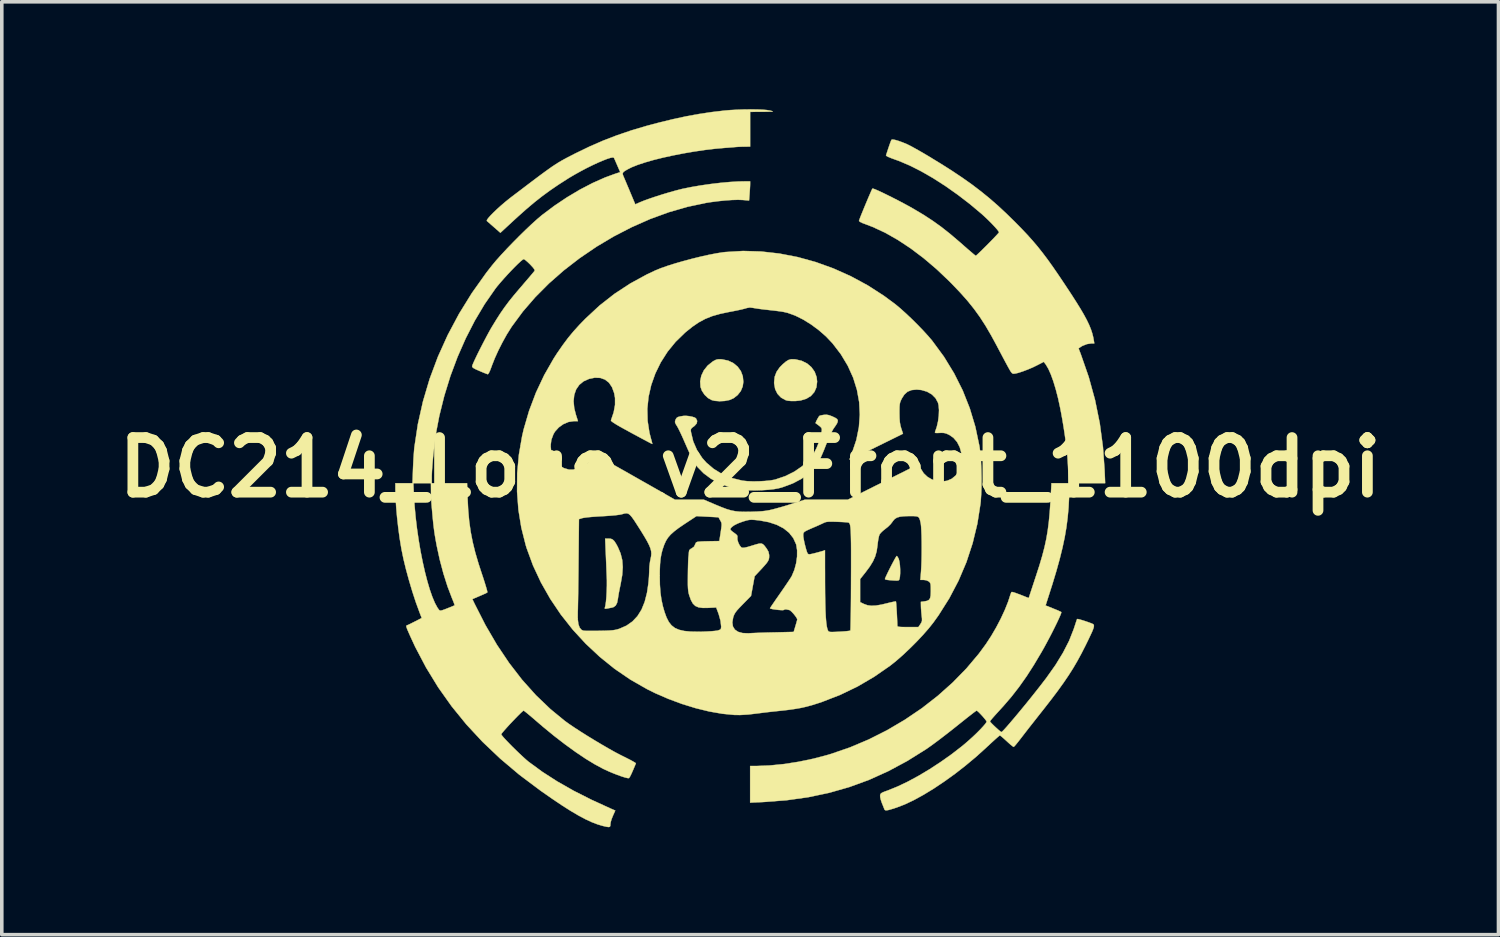
<source format=kicad_pcb>
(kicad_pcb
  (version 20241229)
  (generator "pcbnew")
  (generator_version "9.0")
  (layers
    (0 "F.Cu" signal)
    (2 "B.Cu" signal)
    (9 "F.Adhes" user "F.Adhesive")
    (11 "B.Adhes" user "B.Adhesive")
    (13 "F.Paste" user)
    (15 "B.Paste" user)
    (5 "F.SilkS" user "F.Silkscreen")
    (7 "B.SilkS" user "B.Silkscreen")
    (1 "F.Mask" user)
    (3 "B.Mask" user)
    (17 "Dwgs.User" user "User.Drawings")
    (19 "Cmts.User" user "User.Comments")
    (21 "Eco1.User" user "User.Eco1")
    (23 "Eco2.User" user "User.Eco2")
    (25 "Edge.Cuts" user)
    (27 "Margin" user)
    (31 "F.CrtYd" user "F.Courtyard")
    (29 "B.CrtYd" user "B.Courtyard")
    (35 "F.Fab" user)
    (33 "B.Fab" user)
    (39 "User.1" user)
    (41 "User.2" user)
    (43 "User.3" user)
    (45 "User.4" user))
  (footprint "DC214_Logo_v2_Front_1100dpi"
    (layer "F.Cu")
    (at 17.896 10.003)
    (property "Reference" "DC214_Logo_v2_Front_1100dpi" (at 0 0 0) (layer "F.SilkS") (effects (font (size 1.524 1.524) (thickness 0.3))))
    (attr through_hole)
    (fp_poly (pts (xy -0.817 -3.021) (xy -0.787 -3.019) (xy -0.616 -2.984) (xy -0.468 -2.914) (xy -0.348 -2.814) (xy -0.259 -2.69) (xy -0.205 -2.547) (xy -0.19 -2.39) (xy -0.208 -2.262) (xy -0.261 -2.134) (xy -0.35 -2.021) (xy -0.465 -1.932) (xy -0.576 -1.884) (xy -0.711 -1.857) (xy -0.856 -1.85) (xy -0.992 -1.861) (xy -1.074 -1.882) (xy -1.178 -1.94) (xy -1.273 -2.031) (xy -1.346 -2.141) (xy -1.385 -2.248) (xy -1.395 -2.407) (xy -1.363 -2.563) (xy -1.292 -2.712) (xy -1.186 -2.845) (xy -1.048 -2.956) (xy -1.022 -2.972) (xy -0.954 -3.007) (xy -0.893 -3.022) (xy -0.817 -3.021)) (stroke (width 0.01) (type solid)) (fill yes) (layer "F.SilkS"))
    (fp_poly (pts (xy 1.272 -3.017) (xy 1.442 -2.977) (xy 1.591 -2.903) (xy 1.712 -2.799) (xy 1.803 -2.67) (xy 1.856 -2.523) (xy 1.87 -2.397) (xy 1.851 -2.239) (xy 1.793 -2.106) (xy 1.699 -1.999) (xy 1.571 -1.92) (xy 1.411 -1.871) (xy 1.261 -1.855) (xy 1.15 -1.855) (xy 1.055 -1.864) (xy 0.998 -1.877) (xy 0.865 -1.95) (xy 0.764 -2.055) (xy 0.699 -2.187) (xy 0.671 -2.343) (xy 0.67 -2.38) (xy 0.686 -2.533) (xy 0.738 -2.67) (xy 0.828 -2.798) (xy 0.91 -2.881) (xy 0.998 -2.956) (xy 1.07 -3.001) (xy 1.141 -3.021) (xy 1.224 -3.022) (xy 1.272 -3.017)) (stroke (width 0.01) (type solid)) (fill yes) (layer "F.SilkS"))
    (fp_poly (pts (xy 4.114 2.49) (xy 4.141 2.538) (xy 4.15 2.557) (xy 4.168 2.627) (xy 4.182 2.728) (xy 4.189 2.842) (xy 4.189 2.956) (xy 4.182 3.053) (xy 4.173 3.1) (xy 4.165 3.128) (xy 4.154 3.146) (xy 4.132 3.156) (xy 4.09 3.159) (xy 4.02 3.156) (xy 3.914 3.148) (xy 3.885 3.146) (xy 3.817 3.138) (xy 3.773 3.125) (xy 3.764 3.116) (xy 3.774 3.086) (xy 3.801 3.025) (xy 3.84 2.943) (xy 3.887 2.847) (xy 3.938 2.747) (xy 3.988 2.651) (xy 4.033 2.567) (xy 4.069 2.505) (xy 4.09 2.473) (xy 4.094 2.471) (xy 4.114 2.49)) (stroke (width 0.01) (type solid)) (fill yes) (layer "F.SilkS"))
    (fp_poly (pts (xy -3.888 1.991) (xy -3.838 2.013) (xy -3.793 2.056) (xy -3.744 2.13) (xy -3.694 2.222) (xy -3.618 2.4) (xy -3.572 2.584) (xy -3.557 2.782) (xy -3.572 3.002) (xy -3.615 3.25) (xy -3.641 3.373) (xy -3.665 3.496) (xy -3.683 3.602) (xy -3.692 3.664) (xy -3.715 3.779) (xy -3.755 3.856) (xy -3.816 3.9) (xy -3.859 3.913) (xy -3.933 3.927) (xy -3.998 3.94) (xy -4.047 3.945) (xy -4.061 3.934) (xy -4.057 3.919) (xy -4.04 3.85) (xy -4.025 3.744) (xy -4.013 3.612) (xy -4.005 3.462) (xy -4 3.304) (xy -4 3.148) (xy -4.003 3.06) (xy -4.01 2.901) (xy -4.017 2.717) (xy -4.025 2.531) (xy -4.032 2.364) (xy -4.033 2.349) (xy -4.048 1.986) (xy -3.95 1.986) (xy -3.888 1.991)) (stroke (width 0.01) (type solid)) (fill yes) (layer "F.SilkS"))
    (fp_poly (pts (xy 2.202 -1.46) (xy 2.288 -1.428) (xy 2.306 -1.42) (xy 2.384 -1.382) (xy 2.427 -1.352) (xy 2.445 -1.321) (xy 2.448 -1.299) (xy 2.433 -1.244) (xy 2.397 -1.183) (xy 2.389 -1.172) (xy 2.321 -1.074) (xy 2.246 -0.934) (xy 2.165 -0.75) (xy 2.1 -0.585) (xy 2.054 -0.468) (xy 2.004 -0.351) (xy 1.958 -0.249) (xy 1.932 -0.197) (xy 1.804 -0.005) (xy 1.636 0.167) (xy 1.432 0.318) (xy 1.193 0.444) (xy 0.923 0.545) (xy 0.797 0.581) (xy 0.674 0.604) (xy 0.518 0.622) (xy 0.342 0.634) (xy 0.159 0.64) (xy -0.019 0.639) (xy -0.178 0.631) (xy -0.306 0.616) (xy -0.316 0.614) (xy -0.598 0.543) (xy -0.859 0.442) (xy -1.095 0.314) (xy -1.299 0.162) (xy -1.468 -0.011) (xy -1.549 -0.121) (xy -1.586 -0.186) (xy -1.636 -0.285) (xy -1.694 -0.406) (xy -1.754 -0.539) (xy -1.8 -0.644) (xy -1.858 -0.777) (xy -1.915 -0.904) (xy -1.967 -1.014) (xy -2.009 -1.098) (xy -2.033 -1.141) (xy -2.076 -1.211) (xy -2.096 -1.256) (xy -2.096 -1.293) (xy -2.08 -1.337) (xy -2.075 -1.349) (xy -2.052 -1.384) (xy -2.016 -1.408) (xy -1.954 -1.425) (xy -1.864 -1.44) (xy -1.79 -1.442) (xy -1.702 -1.433) (xy -1.616 -1.416) (xy -1.547 -1.394) (xy -1.512 -1.37) (xy -1.479 -1.299) (xy -1.492 -1.23) (xy -1.551 -1.162) (xy -1.572 -1.146) (xy -1.628 -1.104) (xy -1.653 -1.07) (xy -1.657 -1.027) (xy -1.651 -0.985) (xy -1.589 -0.726) (xy -1.484 -0.486) (xy -1.339 -0.266) (xy -1.224 -0.136) (xy -1.016 0.041) (xy -0.779 0.186) (xy -0.516 0.294) (xy -0.231 0.365) (xy -0.202 0.37) (xy -0.077 0.383) (xy 0.075 0.389) (xy 0.24 0.387) (xy 0.405 0.378) (xy 0.555 0.364) (xy 0.677 0.343) (xy 0.704 0.336) (xy 0.982 0.242) (xy 1.233 0.117) (xy 1.454 -0.035) (xy 1.64 -0.213) (xy 1.788 -0.414) (xy 1.852 -0.537) (xy 1.912 -0.685) (xy 1.961 -0.839) (xy 1.993 -0.978) (xy 1.996 -0.995) (xy 2.002 -1.046) (xy 2 -1.082) (xy 1.983 -1.114) (xy 1.945 -1.15) (xy 1.88 -1.2) (xy 1.828 -1.237) (xy 1.833 -1.259) (xy 1.853 -1.305) (xy 1.883 -1.361) (xy 1.912 -1.411) (xy 1.935 -1.44) (xy 1.937 -1.442) (xy 1.972 -1.453) (xy 2.034 -1.465) (xy 2.062 -1.469) (xy 2.132 -1.473) (xy 2.202 -1.46)) (stroke (width 0.01) (type solid)) (fill yes) (layer "F.SilkS"))
    (fp_poly (pts (xy 4.049 -9.146) (xy 4.141 -9.119) (xy 4.25 -9.08) (xy 4.368 -9.032) (xy 4.393 -9.02) (xy 4.466 -8.984) (xy 4.568 -8.929) (xy 4.691 -8.86) (xy 4.826 -8.783) (xy 4.963 -8.702) (xy 4.976 -8.694) (xy 5.33 -8.478) (xy 5.648 -8.276) (xy 5.936 -8.083) (xy 6.201 -7.895) (xy 6.449 -7.706) (xy 6.686 -7.513) (xy 6.919 -7.31) (xy 7.153 -7.092) (xy 7.391 -6.859) (xy 7.571 -6.676) (xy 7.734 -6.504) (xy 7.884 -6.337) (xy 8.027 -6.169) (xy 8.168 -5.991) (xy 8.312 -5.8) (xy 8.464 -5.587) (xy 8.629 -5.346) (xy 8.792 -5.103) (xy 8.961 -4.847) (xy 9.104 -4.624) (xy 9.225 -4.429) (xy 9.324 -4.259) (xy 9.404 -4.11) (xy 9.468 -3.976) (xy 9.517 -3.855) (xy 9.554 -3.742) (xy 9.581 -3.633) (xy 9.594 -3.562) (xy 9.61 -3.464) (xy 9.53 -3.464) (xy 9.403 -3.445) (xy 9.277 -3.395) (xy 9.233 -3.368) (xy 9.171 -3.325) (xy 9.235 -3.158) (xy 9.455 -2.525) (xy 9.631 -1.884) (xy 9.763 -1.233) (xy 9.852 -0.568) (xy 9.897 0.064) (xy 9.913 0.439) (xy 8.92 0.439) (xy 8.906 0.837) (xy 8.891 1.121) (xy 8.866 1.397) (xy 8.831 1.672) (xy 8.783 1.952) (xy 8.721 2.244) (xy 8.644 2.555) (xy 8.551 2.891) (xy 8.44 3.259) (xy 8.373 3.468) (xy 8.25 3.854) (xy 8.46 3.938) (xy 8.552 3.975) (xy 8.627 4.008) (xy 8.676 4.031) (xy 8.689 4.039) (xy 8.685 4.065) (xy 8.662 4.126) (xy 8.623 4.215) (xy 8.57 4.328) (xy 8.506 4.459) (xy 8.435 4.601) (xy 8.358 4.75) (xy 8.279 4.898) (xy 8.201 5.041) (xy 8.14 5.149) (xy 7.926 5.509) (xy 7.718 5.833) (xy 7.51 6.127) (xy 7.297 6.401) (xy 7.073 6.661) (xy 7.014 6.726) (xy 6.918 6.831) (xy 6.833 6.925) (xy 6.765 7.002) (xy 6.718 7.058) (xy 6.697 7.086) (xy 6.696 7.088) (xy 6.712 7.112) (xy 6.754 7.157) (xy 6.812 7.214) (xy 6.876 7.274) (xy 6.938 7.33) (xy 6.988 7.371) (xy 7.016 7.389) (xy 7.017 7.389) (xy 7.041 7.372) (xy 7.09 7.322) (xy 7.161 7.244) (xy 7.249 7.142) (xy 7.353 7.02) (xy 7.468 6.883) (xy 7.592 6.733) (xy 7.72 6.577) (xy 7.85 6.416) (xy 7.977 6.256) (xy 8.099 6.101) (xy 8.212 5.954) (xy 8.271 5.877) (xy 8.526 5.517) (xy 8.737 5.172) (xy 8.906 4.842) (xy 9.031 4.525) (xy 9.043 4.491) (xy 9.076 4.391) (xy 9.103 4.308) (xy 9.122 4.252) (xy 9.13 4.232) (xy 9.156 4.233) (xy 9.213 4.247) (xy 9.29 4.27) (xy 9.377 4.298) (xy 9.46 4.327) (xy 9.53 4.353) (xy 9.574 4.373) (xy 9.582 4.378) (xy 9.595 4.396) (xy 9.6 4.422) (xy 9.595 4.459) (xy 9.578 4.514) (xy 9.547 4.59) (xy 9.499 4.693) (xy 9.435 4.828) (xy 9.362 4.976) (xy 9.252 5.192) (xy 9.14 5.398) (xy 9.022 5.6) (xy 8.893 5.803) (xy 8.75 6.014) (xy 8.588 6.239) (xy 8.403 6.484) (xy 8.192 6.755) (xy 8.138 6.823) (xy 8.023 6.969) (xy 7.906 7.118) (xy 7.793 7.261) (xy 7.692 7.391) (xy 7.609 7.499) (xy 7.566 7.555) (xy 7.495 7.646) (xy 7.434 7.722) (xy 7.387 7.777) (xy 7.36 7.802) (xy 7.358 7.803) (xy 7.334 7.789) (xy 7.284 7.75) (xy 7.217 7.691) (xy 7.165 7.643) (xy 7.091 7.576) (xy 7.029 7.522) (xy 6.987 7.489) (xy 6.973 7.481) (xy 6.952 7.497) (xy 6.902 7.539) (xy 6.829 7.604) (xy 6.737 7.688) (xy 6.632 7.785) (xy 6.58 7.834) (xy 6.303 8.084) (xy 6.014 8.325) (xy 5.718 8.556) (xy 5.42 8.77) (xy 5.126 8.967) (xy 4.84 9.141) (xy 4.568 9.29) (xy 4.314 9.41) (xy 4.087 9.497) (xy 3.961 9.537) (xy 3.872 9.563) (xy 3.812 9.574) (xy 3.776 9.572) (xy 3.756 9.559) (xy 3.749 9.544) (xy 3.732 9.501) (xy 3.705 9.432) (xy 3.678 9.367) (xy 3.65 9.283) (xy 3.632 9.206) (xy 3.63 9.162) (xy 3.636 9.129) (xy 3.652 9.103) (xy 3.687 9.08) (xy 3.749 9.053) (xy 3.845 9.019) (xy 4.109 8.912) (xy 4.396 8.776) (xy 4.698 8.613) (xy 5.008 8.428) (xy 5.317 8.226) (xy 5.62 8.012) (xy 5.907 7.79) (xy 5.992 7.72) (xy 6.106 7.621) (xy 6.22 7.518) (xy 6.329 7.414) (xy 6.426 7.316) (xy 6.507 7.229) (xy 6.567 7.159) (xy 6.599 7.111) (xy 6.604 7.096) (xy 6.589 7.067) (xy 6.55 7.017) (xy 6.497 6.954) (xy 6.439 6.891) (xy 6.384 6.835) (xy 6.341 6.798) (xy 6.324 6.789) (xy 6.301 6.803) (xy 6.247 6.842) (xy 6.167 6.904) (xy 6.064 6.984) (xy 5.945 7.079) (xy 5.812 7.185) (xy 5.766 7.222) (xy 5.611 7.345) (xy 5.449 7.471) (xy 5.289 7.594) (xy 5.14 7.705) (xy 5.009 7.8) (xy 4.911 7.868) (xy 4.386 8.196) (xy 3.857 8.48) (xy 3.319 8.723) (xy 2.769 8.924) (xy 2.204 9.085) (xy 1.62 9.208) (xy 1.013 9.293) (xy 0.38 9.341) (xy 0.352 9.343) (xy 0 9.359) (xy 0 8.336) (xy 0.179 8.336) (xy 0.548 8.321) (xy 0.943 8.282) (xy 1.353 8.218) (xy 1.766 8.132) (xy 2.171 8.025) (xy 2.251 8.001) (xy 2.787 7.817) (xy 3.312 7.595) (xy 3.824 7.337) (xy 4.318 7.046) (xy 4.791 6.726) (xy 5.238 6.378) (xy 5.655 6.006) (xy 6.039 5.613) (xy 6.386 5.201) (xy 6.585 4.93) (xy 6.732 4.705) (xy 6.873 4.463) (xy 7.002 4.216) (xy 7.114 3.974) (xy 7.204 3.748) (xy 7.24 3.637) (xy 7.264 3.562) (xy 7.285 3.505) (xy 7.296 3.481) (xy 7.309 3.477) (xy 7.338 3.481) (xy 7.388 3.496) (xy 7.465 3.524) (xy 7.576 3.566) (xy 7.659 3.599) (xy 7.779 3.647) (xy 7.986 3.018) (xy 8.081 2.725) (xy 8.158 2.463) (xy 8.221 2.221) (xy 8.271 1.99) (xy 8.31 1.758) (xy 8.341 1.515) (xy 8.366 1.249) (xy 8.386 0.95) (xy 8.387 0.929) (xy 8.415 0.439) (xy 8.897 0.439) (xy 8.881 0.086) (xy 8.875 -0.041) (xy 8.869 -0.156) (xy 8.863 -0.249) (xy 8.859 -0.309) (xy 8.857 -0.324) (xy 8.85 -0.377) (xy 8.841 -0.457) (xy 8.834 -0.531) (xy 8.815 -0.694) (xy 8.789 -0.889) (xy 8.757 -1.102) (xy 8.721 -1.321) (xy 8.683 -1.531) (xy 8.656 -1.67) (xy 8.598 -1.937) (xy 8.534 -2.184) (xy 8.467 -2.405) (xy 8.398 -2.596) (xy 8.329 -2.751) (xy 8.262 -2.866) (xy 8.253 -2.878) (xy 8.199 -2.95) (xy 8.023 -2.859) (xy 7.893 -2.795) (xy 7.751 -2.735) (xy 7.611 -2.682) (xy 7.487 -2.642) (xy 7.407 -2.623) (xy 7.352 -2.617) (xy 7.317 -2.629) (xy 7.283 -2.669) (xy 7.266 -2.695) (xy 7.241 -2.738) (xy 7.198 -2.815) (xy 7.14 -2.922) (xy 7.071 -3.051) (xy 6.994 -3.197) (xy 6.911 -3.353) (xy 6.896 -3.383) (xy 6.731 -3.687) (xy 6.574 -3.956) (xy 6.416 -4.201) (xy 6.25 -4.43) (xy 6.07 -4.654) (xy 5.868 -4.881) (xy 5.638 -5.122) (xy 5.554 -5.207) (xy 5.203 -5.54) (xy 4.845 -5.844) (xy 4.485 -6.116) (xy 4.126 -6.353) (xy 3.773 -6.554) (xy 3.428 -6.714) (xy 3.233 -6.789) (xy 3.139 -6.824) (xy 3.073 -6.856) (xy 3.042 -6.881) (xy 3.04 -6.886) (xy 3.05 -6.917) (xy 3.074 -6.982) (xy 3.11 -7.073) (xy 3.155 -7.183) (xy 3.204 -7.302) (xy 3.255 -7.424) (xy 3.304 -7.54) (xy 3.348 -7.642) (xy 3.383 -7.723) (xy 3.407 -7.774) (xy 3.416 -7.788) (xy 3.441 -7.784) (xy 3.502 -7.761) (xy 3.592 -7.722) (xy 3.705 -7.669) (xy 3.836 -7.605) (xy 3.978 -7.534) (xy 4.127 -7.458) (xy 4.277 -7.379) (xy 4.421 -7.301) (xy 4.554 -7.226) (xy 4.572 -7.216) (xy 4.847 -7.052) (xy 5.098 -6.888) (xy 5.338 -6.716) (xy 5.579 -6.526) (xy 5.833 -6.31) (xy 5.86 -6.287) (xy 5.978 -6.183) (xy 6.084 -6.09) (xy 6.175 -6.013) (xy 6.244 -5.954) (xy 6.288 -5.919) (xy 6.3 -5.911) (xy 6.322 -5.927) (xy 6.369 -5.97) (xy 6.436 -6.034) (xy 6.516 -6.113) (xy 6.604 -6.2) (xy 6.694 -6.291) (xy 6.778 -6.377) (xy 6.852 -6.455) (xy 6.909 -6.516) (xy 6.943 -6.555) (xy 6.95 -6.566) (xy 6.934 -6.598) (xy 6.89 -6.654) (xy 6.823 -6.729) (xy 6.74 -6.817) (xy 6.647 -6.91) (xy 6.549 -7.003) (xy 6.469 -7.076) (xy 6.138 -7.354) (xy 5.798 -7.615) (xy 5.455 -7.857) (xy 5.114 -8.076) (xy 4.78 -8.268) (xy 4.46 -8.43) (xy 4.157 -8.559) (xy 4.045 -8.599) (xy 3.936 -8.639) (xy 3.854 -8.673) (xy 3.805 -8.7) (xy 3.794 -8.714) (xy 3.805 -8.747) (xy 3.826 -8.811) (xy 3.854 -8.897) (xy 3.867 -8.936) (xy 3.898 -9.026) (xy 3.925 -9.099) (xy 3.944 -9.144) (xy 3.949 -9.152) (xy 3.982 -9.158) (xy 4.049 -9.146)) (stroke (width 0.01) (type solid)) (fill yes) (layer "F.SilkS"))
    (fp_poly (pts (xy 0.179 -9.997) (xy 0.334 -9.991) (xy 0.461 -9.981) (xy 0.55 -9.967) (xy 0.554 -9.966) (xy 0.602 -9.954) (xy 0.628 -9.945) (xy 0.627 -9.939) (xy 0.596 -9.936) (xy 0.53 -9.934) (xy 0.424 -9.932) (xy 0.341 -9.932) (xy 0 -9.929) (xy 0 -8.959) (xy -0.167 -8.958) (xy -0.262 -8.956) (xy -0.347 -8.952) (xy -0.404 -8.948) (xy -0.459 -8.943) (xy -0.544 -8.936) (xy -0.644 -8.928) (xy -0.681 -8.926) (xy -0.965 -8.901) (xy -1.26 -8.866) (xy -1.559 -8.822) (xy -1.857 -8.771) (xy -2.149 -8.714) (xy -2.428 -8.653) (xy -2.69 -8.588) (xy -2.927 -8.52) (xy -3.134 -8.452) (xy -3.305 -8.384) (xy -3.416 -8.328) (xy -3.497 -8.281) (xy -3.543 -8.245) (xy -3.559 -8.21) (xy -3.552 -8.167) (xy -3.533 -8.121) (xy -3.509 -8.065) (xy -3.472 -7.978) (xy -3.426 -7.868) (xy -3.374 -7.746) (xy -3.349 -7.685) (xy -3.207 -7.347) (xy -3.076 -7.405) (xy -2.96 -7.452) (xy -2.81 -7.506) (xy -2.638 -7.564) (xy -2.453 -7.623) (xy -2.267 -7.679) (xy -2.09 -7.729) (xy -1.934 -7.769) (xy -1.893 -7.779) (xy -1.648 -7.829) (xy -1.38 -7.875) (xy -1.1 -7.915) (xy -0.822 -7.948) (xy -0.555 -7.972) (xy -0.313 -7.986) (xy -0.157 -7.989) (xy 0 -7.989) (xy -0.000139 -7.914) (xy -0.002 -7.856) (xy -0.007 -7.768) (xy -0.014 -7.668) (xy -0.015 -7.647) (xy -0.03 -7.454) (xy -0.206 -7.469) (xy -0.339 -7.474) (xy -0.507 -7.469) (xy -0.7 -7.456) (xy -0.907 -7.434) (xy -1.119 -7.406) (xy -1.231 -7.388) (xy -1.751 -7.278) (xy -2.273 -7.127) (xy -2.791 -6.938) (xy -3.303 -6.712) (xy -3.804 -6.454) (xy -4.29 -6.165) (xy -4.756 -5.848) (xy -5.199 -5.506) (xy -5.614 -5.142) (xy -5.998 -4.757) (xy -6.345 -4.356) (xy -6.652 -3.94) (xy -6.677 -3.902) (xy -6.796 -3.712) (xy -6.915 -3.497) (xy -7.029 -3.273) (xy -7.129 -3.053) (xy -7.208 -2.853) (xy -7.216 -2.829) (xy -7.259 -2.715) (xy -7.294 -2.64) (xy -7.32 -2.605) (xy -7.327 -2.603) (xy -7.36 -2.615) (xy -7.425 -2.64) (xy -7.51 -2.675) (xy -7.563 -2.698) (xy -7.661 -2.741) (xy -7.723 -2.774) (xy -7.754 -2.8) (xy -7.763 -2.824) (xy -7.762 -2.83) (xy -7.748 -2.873) (xy -7.715 -2.949) (xy -7.667 -3.052) (xy -7.608 -3.175) (xy -7.54 -3.31) (xy -7.468 -3.451) (xy -7.395 -3.591) (xy -7.325 -3.723) (xy -7.261 -3.839) (xy -7.211 -3.925) (xy -7.087 -4.128) (xy -6.973 -4.306) (xy -6.86 -4.469) (xy -6.74 -4.63) (xy -6.605 -4.798) (xy -6.447 -4.985) (xy -6.4 -5.039) (xy -6.298 -5.159) (xy -6.205 -5.267) (xy -6.126 -5.36) (xy -6.065 -5.433) (xy -6.027 -5.479) (xy -6.017 -5.492) (xy -6.02 -5.523) (xy -6.056 -5.575) (xy -6.126 -5.652) (xy -6.144 -5.671) (xy -6.213 -5.737) (xy -6.272 -5.788) (xy -6.312 -5.816) (xy -6.321 -5.819) (xy -6.352 -5.802) (xy -6.408 -5.756) (xy -6.484 -5.686) (xy -6.574 -5.597) (xy -6.674 -5.494) (xy -6.777 -5.384) (xy -6.88 -5.271) (xy -6.976 -5.161) (xy -7.061 -5.06) (xy -7.117 -4.988) (xy -7.413 -4.562) (xy -7.688 -4.1) (xy -7.941 -3.607) (xy -8.169 -3.089) (xy -8.37 -2.552) (xy -8.54 -2.001) (xy -8.679 -1.442) (xy -8.761 -1.016) (xy -8.787 -0.85) (xy -8.812 -0.662) (xy -8.835 -0.463) (xy -8.856 -0.262) (xy -8.872 -0.072) (xy -8.884 0.098) (xy -8.89 0.237) (xy -8.89 0.274) (xy -8.89 0.439) (xy -7.904 0.439) (xy -7.89 0.849) (xy -7.873 1.188) (xy -7.845 1.498) (xy -7.804 1.792) (xy -7.748 2.081) (xy -7.675 2.377) (xy -7.582 2.693) (xy -7.504 2.932) (xy -7.454 3.082) (xy -7.411 3.217) (xy -7.376 3.331) (xy -7.351 3.419) (xy -7.338 3.474) (xy -7.338 3.489) (xy -7.365 3.505) (xy -7.425 3.533) (xy -7.506 3.569) (xy -7.555 3.59) (xy -7.756 3.676) (xy -7.694 3.806) (xy -7.393 4.398) (xy -7.072 4.949) (xy -6.73 5.459) (xy -6.368 5.928) (xy -5.984 6.357) (xy -5.579 6.745) (xy -5.176 7.076) (xy -5.057 7.162) (xy -4.906 7.264) (xy -4.731 7.378) (xy -4.539 7.499) (xy -4.339 7.621) (xy -4.139 7.74) (xy -3.948 7.851) (xy -3.773 7.949) (xy -3.623 8.028) (xy -3.565 8.057) (xy -3.444 8.117) (xy -3.34 8.17) (xy -3.259 8.215) (xy -3.207 8.246) (xy -3.19 8.262) (xy -3.26 8.429) (xy -3.315 8.554) (xy -3.356 8.635) (xy -3.382 8.673) (xy -3.386 8.675) (xy -3.425 8.673) (xy -3.498 8.655) (xy -3.596 8.624) (xy -3.712 8.582) (xy -3.838 8.533) (xy -3.965 8.479) (xy -4.085 8.423) (xy -4.099 8.417) (xy -4.335 8.29) (xy -4.595 8.132) (xy -4.874 7.944) (xy -5.168 7.731) (xy -5.472 7.497) (xy -5.781 7.243) (xy -5.941 7.106) (xy -6.05 7.012) (xy -6.149 6.928) (xy -6.231 6.86) (xy -6.29 6.813) (xy -6.322 6.79) (xy -6.326 6.789) (xy -6.349 6.805) (xy -6.398 6.849) (xy -6.465 6.915) (xy -6.545 6.996) (xy -6.631 7.086) (xy -6.718 7.178) (xy -6.799 7.267) (xy -6.868 7.345) (xy -6.92 7.406) (xy -6.947 7.443) (xy -6.95 7.451) (xy -6.934 7.479) (xy -6.89 7.533) (xy -6.823 7.606) (xy -6.738 7.695) (xy -6.642 7.793) (xy -6.539 7.894) (xy -6.436 7.993) (xy -6.338 8.085) (xy -6.25 8.164) (xy -6.179 8.224) (xy -6.176 8.225) (xy -5.801 8.5) (xy -5.384 8.768) (xy -4.925 9.029) (xy -4.422 9.283) (xy -3.875 9.533) (xy -3.863 9.538) (xy -3.766 9.58) (xy -3.834 9.731) (xy -3.869 9.82) (xy -3.894 9.904) (xy -3.902 9.963) (xy -3.905 10.008) (xy -3.918 10.033) (xy -3.95 10.041) (xy -4.009 10.033) (xy -4.104 10.011) (xy -4.11 10.01) (xy -4.259 9.966) (xy -4.421 9.904) (xy -4.598 9.822) (xy -4.793 9.718) (xy -5.01 9.59) (xy -5.251 9.437) (xy -5.52 9.256) (xy -5.82 9.047) (xy -5.869 9.012) (xy -6.446 8.579) (xy -6.979 8.129) (xy -7.472 7.661) (xy -7.924 7.174) (xy -8.337 6.666) (xy -8.712 6.137) (xy -9.05 5.584) (xy -9.353 5.008) (xy -9.489 4.714) (xy -9.541 4.597) (xy -9.576 4.515) (xy -9.595 4.462) (xy -9.601 4.431) (xy -9.596 4.415) (xy -9.582 4.408) (xy -9.577 4.406) (xy -9.545 4.393) (xy -9.482 4.363) (xy -9.401 4.322) (xy -9.359 4.301) (xy -9.171 4.204) (xy -9.235 4.036) (xy -9.334 3.765) (xy -9.431 3.469) (xy -9.523 3.16) (xy -9.607 2.853) (xy -9.679 2.558) (xy -9.734 2.29) (xy -9.741 2.251) (xy -9.787 1.973) (xy -9.826 1.68) (xy -9.859 1.385) (xy -9.884 1.099) (xy -9.9 0.834) (xy -9.906 0.602) (xy -9.906 0.599) (xy -9.906 0.439) (xy -9.428 0.439) (xy -9.404 0.439) (xy -9.389 0.768) (xy -9.369 1.077) (xy -9.34 1.392) (xy -9.302 1.71) (xy -9.256 2.026) (xy -9.204 2.334) (xy -9.145 2.632) (xy -9.082 2.913) (xy -9.015 3.173) (xy -8.946 3.408) (xy -8.874 3.614) (xy -8.802 3.785) (xy -8.73 3.917) (xy -8.688 3.975) (xy -8.669 3.992) (xy -8.644 3.997) (xy -8.603 3.989) (xy -8.536 3.966) (xy -8.459 3.936) (xy -8.371 3.901) (xy -8.301 3.872) (xy -8.26 3.854) (xy -8.253 3.85) (xy -8.257 3.826) (xy -8.276 3.771) (xy -8.307 3.693) (xy -8.322 3.658) (xy -8.448 3.327) (xy -8.564 2.962) (xy -8.667 2.574) (xy -8.754 2.173) (xy -8.785 2.001) (xy -8.804 1.889) (xy -8.82 1.783) (xy -8.834 1.674) (xy -8.848 1.554) (xy -8.862 1.415) (xy -8.877 1.249) (xy -8.895 1.047) (xy -8.9 0.981) (xy -8.905 0.904) (xy -8.909 0.799) (xy -8.911 0.687) (xy -8.911 0.652) (xy -8.913 0.439) (xy -9.404 0.439) (xy -9.428 0.439) (xy -9.414 0.04) (xy -9.407 -0.11) (xy -9.399 -0.262) (xy -9.389 -0.403) (xy -9.38 -0.519) (xy -9.375 -0.566) (xy -9.278 -1.209) (xy -9.135 -1.846) (xy -8.949 -2.474) (xy -8.718 -3.092) (xy -8.444 -3.698) (xy -8.128 -4.291) (xy -7.77 -4.87) (xy -7.371 -5.431) (xy -7.209 -5.639) (xy -7.096 -5.775) (xy -6.956 -5.932) (xy -6.796 -6.104) (xy -6.623 -6.283) (xy -6.445 -6.463) (xy -6.268 -6.636) (xy -6.1 -6.795) (xy -5.946 -6.934) (xy -5.815 -7.045) (xy -5.807 -7.051) (xy -5.469 -7.305) (xy -5.117 -7.541) (xy -4.758 -7.755) (xy -4.401 -7.941) (xy -4.053 -8.096) (xy -3.783 -8.195) (xy -3.628 -8.246) (xy -3.708 -8.432) (xy -3.746 -8.519) (xy -3.778 -8.593) (xy -3.8 -8.64) (xy -3.804 -8.648) (xy -3.835 -8.657) (xy -3.9 -8.646) (xy -3.995 -8.616) (xy -4.114 -8.569) (xy -4.253 -8.51) (xy -4.405 -8.439) (xy -4.567 -8.359) (xy -4.731 -8.272) (xy -4.895 -8.181) (xy -5.052 -8.089) (xy -5.096 -8.061) (xy -5.352 -7.897) (xy -5.586 -7.737) (xy -5.806 -7.576) (xy -6.023 -7.405) (xy -6.246 -7.217) (xy -6.485 -7.004) (xy -6.603 -6.896) (xy -6.974 -6.553) (xy -7.153 -6.71) (xy -7.23 -6.777) (xy -7.294 -6.834) (xy -7.338 -6.872) (xy -7.352 -6.884) (xy -7.349 -6.91) (xy -7.315 -6.96) (xy -7.254 -7.029) (xy -7.171 -7.114) (xy -7.071 -7.21) (xy -6.959 -7.311) (xy -6.839 -7.414) (xy -6.716 -7.513) (xy -6.661 -7.556) (xy -6.419 -7.739) (xy -6.211 -7.897) (xy -6.031 -8.033) (xy -5.878 -8.148) (xy -5.745 -8.246) (xy -5.631 -8.328) (xy -5.531 -8.399) (xy -5.44 -8.459) (xy -5.357 -8.512) (xy -5.276 -8.56) (xy -5.193 -8.606) (xy -5.106 -8.653) (xy -5.01 -8.702) (xy -4.902 -8.758) (xy -4.849 -8.784) (xy -4.471 -8.967) (xy -4.096 -9.13) (xy -3.713 -9.277) (xy -3.313 -9.413) (xy -2.884 -9.54) (xy -2.54 -9.631) (xy -2.145 -9.727) (xy -1.779 -9.806) (xy -1.428 -9.87) (xy -1.081 -9.922) (xy -0.727 -9.964) (xy -0.557 -9.979) (xy -0.372 -9.989) (xy -0.183 -9.996) (xy 0.004 -9.998) (xy 0.179 -9.997)) (stroke (width 0.01) (type solid)) (fill yes) (layer "F.SilkS"))
    (fp_poly (pts (xy 0.309 -6.03) (xy 0.817 -5.973) (xy 1.326 -5.875) (xy 1.83 -5.736) (xy 2.326 -5.557) (xy 2.811 -5.34) (xy 3.281 -5.086) (xy 3.732 -4.796) (xy 4.064 -4.55) (xy 4.199 -4.437) (xy 4.353 -4.298) (xy 4.517 -4.143) (xy 4.681 -3.98) (xy 4.837 -3.818) (xy 4.975 -3.666) (xy 5.087 -3.535) (xy 5.088 -3.533) (xy 5.413 -3.091) (xy 5.695 -2.629) (xy 5.936 -2.149) (xy 6.133 -1.652) (xy 6.288 -1.138) (xy 6.4 -0.608) (xy 6.409 -0.554) (xy 6.43 -0.382) (xy 6.446 -0.176) (xy 6.456 0.052) (xy 6.461 0.291) (xy 6.46 0.528) (xy 6.452 0.751) (xy 6.439 0.948) (xy 6.432 1.012) (xy 6.345 1.569) (xy 6.213 2.114) (xy 6.039 2.644) (xy 5.821 3.157) (xy 5.561 3.653) (xy 5.261 4.128) (xy 5.111 4.337) (xy 4.98 4.501) (xy 4.821 4.682) (xy 4.642 4.872) (xy 4.452 5.061) (xy 4.262 5.24) (xy 4.079 5.4) (xy 3.914 5.532) (xy 3.462 5.845) (xy 2.999 6.116) (xy 2.518 6.348) (xy 2.011 6.545) (xy 1.882 6.588) (xy 1.719 6.639) (xy 1.568 6.68) (xy 1.417 6.714) (xy 1.256 6.742) (xy 1.074 6.768) (xy 0.86 6.793) (xy 0.785 6.8) (xy 0.637 6.816) (xy 0.483 6.833) (xy 0.338 6.851) (xy 0.219 6.866) (xy 0.196 6.869) (xy -0.058 6.899) (xy -0.283 6.912) (xy -0.439 6.91) (xy -0.777 6.877) (xy -1.139 6.814) (xy -1.516 6.722) (xy -1.9 6.604) (xy -2.283 6.462) (xy -2.656 6.3) (xy -2.879 6.189) (xy -3.341 5.925) (xy -3.782 5.624) (xy -4.199 5.288) (xy -4.591 4.921) (xy -4.954 4.527) (xy -5.191 4.226) (xy -4.814 4.226) (xy -4.797 4.37) (xy -4.761 4.473) (xy -4.706 4.536) (xy -4.656 4.557) (xy -4.617 4.561) (xy -4.541 4.563) (xy -4.436 4.563) (xy -4.311 4.563) (xy -4.203 4.561) (xy -4.047 4.558) (xy -3.929 4.553) (xy -3.839 4.546) (xy -3.766 4.535) (xy -3.703 4.52) (xy -3.649 4.503) (xy -3.453 4.417) (xy -3.286 4.3) (xy -3.146 4.151) (xy -3.032 3.969) (xy -2.944 3.751) (xy -2.879 3.496) (xy -2.842 3.247) (xy -2.83 3.127) (xy -2.823 3.025) (xy -2.524 3.025) (xy -2.52 3.273) (xy -2.505 3.489) (xy -2.478 3.684) (xy -2.438 3.871) (xy -2.39 4.037) (xy -2.334 4.19) (xy -2.271 4.313) (xy -2.195 4.409) (xy -2.101 4.482) (xy -1.984 4.533) (xy -1.839 4.566) (xy -1.661 4.583) (xy -1.444 4.587) (xy -1.351 4.586) (xy -1.218 4.581) (xy -1.094 4.574) (xy -0.991 4.565) (xy -0.917 4.556) (xy -0.895 4.55) (xy -0.838 4.529) (xy -0.814 4.5) (xy -0.809 4.447) (xy -0.809 4.438) (xy -0.826 4.284) (xy -0.877 4.1) (xy -0.901 4.034) (xy -0.948 3.909) (xy -1.163 3.92) (xy -1.32 3.922) (xy -1.44 3.906) (xy -1.53 3.867) (xy -1.599 3.8) (xy -1.654 3.7) (xy -1.701 3.568) (xy -1.717 3.509) (xy -1.728 3.446) (xy -1.735 3.37) (xy -1.739 3.272) (xy -1.739 3.144) (xy -1.738 3.002) (xy -1.736 2.861) (xy -1.733 2.732) (xy -1.73 2.624) (xy -1.726 2.544) (xy -1.723 2.505) (xy -1.714 2.427) (xy -1.71 2.365) (xy -1.7 2.31) (xy -1.662 2.275) (xy -1.634 2.261) (xy -1.567 2.212) (xy -1.538 2.153) (xy -1.511 2.095) (xy -1.469 2.076) (xy -1.411 2.071) (xy -1.385 2.068) (xy -1.349 2.066) (xy -1.278 2.063) (xy -1.183 2.061) (xy -1.105 2.059) (xy -0.86 2.055) (xy -0.822 1.811) (xy -0.81 1.728) (xy -0.554 1.728) (xy -0.537 1.754) (xy -0.491 1.794) (xy -0.448 1.825) (xy -0.387 1.871) (xy -0.358 1.906) (xy -0.354 1.941) (xy -0.357 1.955) (xy -0.355 2.017) (xy -0.332 2.095) (xy -0.296 2.17) (xy -0.253 2.225) (xy -0.237 2.236) (xy -0.205 2.244) (xy -0.152 2.239) (xy -0.072 2.22) (xy 0.043 2.186) (xy 0.058 2.181) (xy 0.173 2.146) (xy 0.253 2.126) (xy 0.311 2.124) (xy 0.355 2.141) (xy 0.397 2.181) (xy 0.446 2.246) (xy 0.465 2.272) (xy 0.512 2.354) (xy 0.53 2.439) (xy 0.531 2.471) (xy 0.529 2.524) (xy 0.519 2.571) (xy 0.497 2.618) (xy 0.457 2.675) (xy 0.396 2.746) (xy 0.309 2.842) (xy 0.278 2.875) (xy 0.126 3.037) (xy 0.075 3.312) (xy 0.025 3.586) (xy -0.204 3.819) (xy -0.298 3.916) (xy -0.365 3.989) (xy -0.41 4.048) (xy -0.441 4.1) (xy -0.463 4.154) (xy -0.474 4.189) (xy -0.497 4.326) (xy -0.481 4.439) (xy -0.427 4.527) (xy -0.337 4.589) (xy -0.211 4.624) (xy -0.05 4.631) (xy -0.023 4.629) (xy 0.052 4.625) (xy 0.163 4.62) (xy 0.301 4.615) (xy 0.457 4.61) (xy 0.621 4.606) (xy 0.683 4.605) (xy 1.216 4.592) (xy 1.266 4.425) (xy 1.29 4.343) (xy 1.308 4.278) (xy 1.316 4.244) (xy 1.316 4.242) (xy 1.301 4.205) (xy 1.263 4.149) (xy 1.213 4.086) (xy 1.16 4.029) (xy 1.116 3.991) (xy 1.099 3.982) (xy 1.015 3.964) (xy 0.966 3.964) (xy 0.943 3.978) (xy 0.917 3.984) (xy 0.86 3.983) (xy 0.783 3.977) (xy 0.702 3.967) (xy 0.628 3.956) (xy 0.574 3.943) (xy 0.554 3.932) (xy 0.567 3.911) (xy 0.602 3.858) (xy 0.657 3.778) (xy 0.726 3.677) (xy 0.807 3.561) (xy 0.84 3.514) (xy 0.927 3.388) (xy 1.007 3.271) (xy 1.076 3.168) (xy 1.129 3.087) (xy 1.161 3.036) (xy 1.165 3.027) (xy 1.236 2.858) (xy 1.285 2.674) (xy 1.311 2.488) (xy 1.312 2.312) (xy 1.288 2.159) (xy 1.283 2.143) (xy 1.205 1.972) (xy 1.128 1.874) (xy 1.482 1.874) (xy 1.484 1.929) (xy 1.498 2.014) (xy 1.519 2.117) (xy 1.537 2.188) (xy 1.565 2.293) (xy 1.587 2.361) (xy 1.605 2.401) (xy 1.625 2.419) (xy 1.65 2.424) (xy 1.66 2.425) (xy 1.695 2.419) (xy 1.759 2.405) (xy 1.839 2.385) (xy 1.924 2.362) (xy 2.002 2.34) (xy 2.061 2.322) (xy 2.089 2.311) (xy 2.09 2.309) (xy 2.09 2.332) (xy 2.09 2.395) (xy 2.09 2.495) (xy 2.09 2.625) (xy 2.09 2.782) (xy 2.091 2.96) (xy 2.091 3.155) (xy 2.091 3.192) (xy 2.093 3.501) (xy 2.097 3.765) (xy 2.103 3.989) (xy 2.112 4.172) (xy 2.124 4.319) (xy 2.139 4.432) (xy 2.157 4.512) (xy 2.174 4.555) (xy 2.187 4.574) (xy 2.207 4.586) (xy 2.242 4.593) (xy 2.3 4.594) (xy 2.39 4.591) (xy 2.49 4.586) (xy 2.601 4.579) (xy 2.696 4.571) (xy 2.764 4.563) (xy 2.797 4.555) (xy 2.798 4.554) (xy 2.801 4.529) (xy 2.804 4.461) (xy 2.806 4.355) (xy 2.809 4.215) (xy 2.812 4.045) (xy 2.814 3.848) (xy 2.816 3.629) (xy 2.817 3.392) (xy 2.818 3.141) (xy 2.818 3.117) (xy 3.071 3.117) (xy 3.071 3.76) (xy 3.179 3.812) (xy 3.275 3.847) (xy 3.383 3.862) (xy 3.511 3.856) (xy 3.667 3.83) (xy 3.804 3.797) (xy 3.906 3.772) (xy 3.991 3.753) (xy 4.049 3.742) (xy 4.071 3.741) (xy 4.075 3.766) (xy 4.08 3.827) (xy 4.086 3.915) (xy 4.093 4.02) (xy 4.099 4.131) (xy 4.104 4.241) (xy 4.108 4.337) (xy 4.11 4.412) (xy 4.11 4.416) (xy 4.114 4.433) (xy 4.131 4.444) (xy 4.169 4.451) (xy 4.234 4.455) (xy 4.335 4.456) (xy 4.405 4.456) (xy 4.699 4.456) (xy 4.754 4.375) (xy 4.783 4.327) (xy 4.798 4.284) (xy 4.799 4.227) (xy 4.791 4.142) (xy 4.79 4.139) (xy 4.78 4.036) (xy 4.772 3.932) (xy 4.77 3.868) (xy 4.768 3.752) (xy 4.867 3.739) (xy 4.943 3.724) (xy 4.994 3.697) (xy 5.025 3.65) (xy 5.041 3.575) (xy 5.045 3.464) (xy 5.045 3.438) (xy 5.044 3.337) (xy 5.04 3.271) (xy 5.029 3.23) (xy 5.011 3.202) (xy 4.991 3.184) (xy 4.92 3.15) (xy 4.845 3.14) (xy 4.754 3.14) (xy 4.773 2.892) (xy 4.781 2.753) (xy 4.787 2.593) (xy 4.79 2.42) (xy 4.791 2.242) (xy 4.79 2.068) (xy 4.787 1.904) (xy 4.781 1.76) (xy 4.774 1.644) (xy 4.765 1.563) (xy 4.762 1.547) (xy 4.742 1.466) (xy 4.722 1.412) (xy 4.692 1.379) (xy 4.644 1.363) (xy 4.568 1.358) (xy 4.454 1.357) (xy 4.454 1.357) (xy 4.301 1.361) (xy 4.186 1.374) (xy 4.101 1.399) (xy 4.037 1.439) (xy 3.987 1.496) (xy 3.973 1.518) (xy 3.922 1.584) (xy 3.849 1.656) (xy 3.781 1.71) (xy 3.708 1.768) (xy 3.647 1.827) (xy 3.613 1.872) (xy 3.596 1.923) (xy 3.578 2.008) (xy 3.563 2.111) (xy 3.556 2.176) (xy 3.533 2.338) (xy 3.492 2.483) (xy 3.43 2.622) (xy 3.341 2.767) (xy 3.222 2.927) (xy 3.071 3.117) (xy 2.818 3.117) (xy 2.818 3.106) (xy 2.819 2.8) (xy 2.819 2.537) (xy 2.819 2.314) (xy 2.818 2.127) (xy 2.815 1.974) (xy 2.812 1.85) (xy 2.808 1.752) (xy 2.802 1.677) (xy 2.794 1.623) (xy 2.785 1.585) (xy 2.773 1.56) (xy 2.76 1.545) (xy 2.744 1.537) (xy 2.742 1.537) (xy 2.709 1.532) (xy 2.64 1.527) (xy 2.544 1.522) (xy 2.432 1.517) (xy 2.425 1.517) (xy 2.294 1.513) (xy 2.201 1.514) (xy 2.136 1.52) (xy 2.089 1.532) (xy 2.067 1.542) (xy 2.018 1.565) (xy 1.938 1.602) (xy 1.839 1.646) (xy 1.743 1.687) (xy 1.636 1.734) (xy 1.564 1.768) (xy 1.519 1.795) (xy 1.496 1.82) (xy 1.485 1.847) (xy 1.482 1.874) (xy 1.128 1.874) (xy 1.089 1.824) (xy 0.935 1.7) (xy 0.745 1.601) (xy 0.52 1.527) (xy 0.262 1.479) (xy 0.226 1.475) (xy 0.118 1.464) (xy 0.039 1.46) (xy -0.026 1.464) (xy -0.092 1.477) (xy -0.176 1.502) (xy -0.216 1.515) (xy -0.34 1.561) (xy -0.442 1.612) (xy -0.514 1.664) (xy -0.551 1.712) (xy -0.554 1.728) (xy -0.81 1.728) (xy -0.806 1.702) (xy -0.797 1.628) (xy -0.796 1.578) (xy -0.803 1.54) (xy -0.819 1.504) (xy -0.834 1.479) (xy -0.883 1.391) (xy -1.497 1.358) (xy -1.832 1.578) (xy -1.995 1.689) (xy -2.122 1.786) (xy -2.22 1.874) (xy -2.295 1.961) (xy -2.352 2.052) (xy -2.398 2.154) (xy -2.402 2.165) (xy -2.447 2.295) (xy -2.479 2.42) (xy -2.502 2.552) (xy -2.516 2.701) (xy -2.523 2.878) (xy -2.524 3.025) (xy -2.823 3.025) (xy -2.822 3) (xy -2.817 2.889) (xy -2.817 2.863) (xy -2.811 2.75) (xy -2.795 2.629) (xy -2.779 2.549) (xy -2.764 2.476) (xy -2.758 2.407) (xy -2.764 2.336) (xy -2.784 2.259) (xy -2.82 2.17) (xy -2.874 2.063) (xy -2.948 1.935) (xy -3.044 1.778) (xy -3.154 1.605) (xy -3.236 1.478) (xy -3.301 1.387) (xy -3.354 1.326) (xy -3.401 1.291) (xy -3.449 1.279) (xy -3.503 1.284) (xy -3.57 1.303) (xy -3.573 1.304) (xy -3.642 1.319) (xy -3.752 1.333) (xy -3.896 1.346) (xy -4.069 1.358) (xy -4.133 1.361) (xy -4.28 1.37) (xy -4.417 1.38) (xy -4.536 1.391) (xy -4.627 1.403) (xy -4.682 1.413) (xy -4.682 1.413) (xy -4.78 1.443) (xy -4.792 2.644) (xy -4.794 2.882) (xy -4.797 3.113) (xy -4.8 3.33) (xy -4.802 3.529) (xy -4.805 3.703) (xy -4.808 3.849) (xy -4.81 3.96) (xy -4.813 4.031) (xy -4.813 4.041) (xy -4.814 4.226) (xy -5.191 4.226) (xy -5.285 4.108) (xy -5.582 3.667) (xy -5.842 3.209) (xy -6.063 2.736) (xy -6.241 2.251) (xy -6.267 2.166) (xy -6.389 1.682) (xy -6.47 1.183) (xy -6.508 0.674) (xy -6.504 0.159) (xy -6.457 -0.357) (xy -6.413 -0.61) (xy -5.571 -0.61) (xy -5.556 -0.453) (xy -5.509 -0.304) (xy -5.433 -0.172) (xy -5.33 -0.063) (xy -5.204 0.017) (xy -5.063 0.059) (xy -4.936 0.059) (xy -4.798 0.023) (xy -4.659 -0.042) (xy -4.53 -0.131) (xy -4.424 -0.24) (xy -4.408 -0.26) (xy -4.364 -0.314) (xy -4.329 -0.347) (xy -4.315 -0.352) (xy -4.303 -0.347) (xy -4.278 -0.334) (xy -4.238 -0.312) (xy -4.179 -0.28) (xy -4.101 -0.236) (xy -4 -0.18) (xy -3.874 -0.109) (xy -3.722 -0.022) (xy -3.539 0.081) (xy -3.326 0.202) (xy -3.078 0.343) (xy -2.794 0.504) (xy -2.59 0.62) (xy -2.098 0.901) (xy -1.291 0.901) (xy -0.963 1.041) (xy -0.793 1.111) (xy -0.652 1.164) (xy -0.528 1.2) (xy -0.408 1.223) (xy -0.281 1.236) (xy -0.133 1.239) (xy 0.035 1.237) (xy 0.198 1.231) (xy 0.328 1.223) (xy 0.438 1.21) (xy 0.541 1.192) (xy 0.635 1.17) (xy 0.746 1.14) (xy 0.885 1.101) (xy 1.034 1.057) (xy 1.177 1.012) (xy 1.195 1.006) (xy 1.525 0.901) (xy 2.725 0.901) (xy 3.716 0.405) (xy 4.708 -0.091) (xy 4.764 0.031) (xy 4.845 0.161) (xy 4.953 0.263) (xy 5.08 0.337) (xy 5.219 0.38) (xy 5.362 0.392) (xy 5.501 0.371) (xy 5.629 0.316) (xy 5.738 0.226) (xy 5.75 0.212) (xy 5.838 0.073) (xy 5.891 -0.083) (xy 5.91 -0.247) (xy 5.896 -0.411) (xy 5.852 -0.568) (xy 5.779 -0.71) (xy 5.677 -0.829) (xy 5.563 -0.908) (xy 5.482 -0.946) (xy 5.413 -0.964) (xy 5.333 -0.967) (xy 5.293 -0.965) (xy 5.214 -0.962) (xy 5.173 -0.965) (xy 5.16 -0.977) (xy 5.163 -0.992) (xy 5.211 -1.131) (xy 5.247 -1.287) (xy 5.268 -1.449) (xy 5.274 -1.602) (xy 5.263 -1.736) (xy 5.245 -1.81) (xy 5.176 -1.937) (xy 5.072 -2.041) (xy 4.939 -2.117) (xy 4.782 -2.163) (xy 4.649 -2.175) (xy 4.507 -2.161) (xy 4.395 -2.116) (xy 4.305 -2.035) (xy 4.238 -1.93) (xy 4.208 -1.869) (xy 4.188 -1.817) (xy 4.177 -1.763) (xy 4.171 -1.694) (xy 4.169 -1.599) (xy 4.169 -1.514) (xy 4.172 -1.374) (xy 4.18 -1.266) (xy 4.195 -1.178) (xy 4.218 -1.095) (xy 4.22 -1.089) (xy 4.268 -0.942) (xy 3.526 -0.576) (xy 3.355 -0.492) (xy 3.197 -0.416) (xy 3.058 -0.348) (xy 2.942 -0.293) (xy 2.853 -0.251) (xy 2.796 -0.225) (xy 2.776 -0.218) (xy 2.781 -0.241) (xy 2.801 -0.296) (xy 2.83 -0.375) (xy 2.849 -0.422) (xy 2.966 -0.77) (xy 3.037 -1.122) (xy 3.063 -1.474) (xy 3.045 -1.824) (xy 2.982 -2.171) (xy 2.876 -2.51) (xy 2.726 -2.841) (xy 2.534 -3.161) (xy 2.299 -3.468) (xy 2.297 -3.47) (xy 2.118 -3.659) (xy 1.916 -3.835) (xy 1.701 -3.994) (xy 1.48 -4.131) (xy 1.261 -4.24) (xy 1.051 -4.316) (xy 0.942 -4.342) (xy 0.872 -4.354) (xy 0.77 -4.368) (xy 0.648 -4.383) (xy 0.519 -4.397) (xy 0.504 -4.399) (xy 0.377 -4.413) (xy 0.258 -4.428) (xy 0.159 -4.443) (xy 0.091 -4.454) (xy 0.084 -4.456) (xy -0.007 -4.467) (xy -0.092 -4.453) (xy -0.115 -4.445) (xy -0.17 -4.43) (xy -0.261 -4.408) (xy -0.377 -4.383) (xy -0.508 -4.357) (xy -0.594 -4.341) (xy -0.845 -4.288) (xy -1.061 -4.226) (xy -1.253 -4.149) (xy -1.432 -4.053) (xy -1.611 -3.931) (xy -1.799 -3.78) (xy -1.823 -3.759) (xy -2.081 -3.508) (xy -2.306 -3.232) (xy -2.495 -2.936) (xy -2.647 -2.625) (xy -2.762 -2.302) (xy -2.837 -1.972) (xy -2.871 -1.637) (xy -2.863 -1.302) (xy -2.812 -0.972) (xy -2.77 -0.809) (xy -2.749 -0.734) (xy -2.735 -0.678) (xy -2.731 -0.655) (xy -2.731 -0.655) (xy -2.752 -0.665) (xy -2.808 -0.693) (xy -2.895 -0.739) (xy -3.006 -0.798) (xy -3.138 -0.869) (xy -3.285 -0.948) (xy -3.318 -0.966) (xy -3.497 -1.064) (xy -3.638 -1.142) (xy -3.744 -1.204) (xy -3.818 -1.251) (xy -3.864 -1.284) (xy -3.885 -1.306) (xy -3.886 -1.316) (xy -3.81 -1.541) (xy -3.772 -1.748) (xy -3.772 -1.94) (xy -3.797 -2.078) (xy -3.857 -2.242) (xy -3.942 -2.368) (xy -4.052 -2.454) (xy -4.184 -2.501) (xy -4.337 -2.507) (xy -4.498 -2.474) (xy -4.65 -2.406) (xy -4.771 -2.307) (xy -4.859 -2.179) (xy -4.912 -2.026) (xy -4.93 -1.851) (xy -4.912 -1.656) (xy -4.865 -1.472) (xy -4.808 -1.293) (xy -4.927 -1.293) (xy -5.071 -1.271) (xy -5.214 -1.211) (xy -5.343 -1.119) (xy -5.449 -1.002) (xy -5.493 -0.928) (xy -5.551 -0.771) (xy -5.571 -0.61) (xy -6.413 -0.61) (xy -6.368 -0.87) (xy -6.324 -1.062) (xy -6.172 -1.583) (xy -5.98 -2.091) (xy -5.75 -2.579) (xy -5.486 -3.041) (xy -5.392 -3.187) (xy -5.235 -3.414) (xy -5.086 -3.614) (xy -4.932 -3.8) (xy -4.763 -3.987) (xy -4.596 -4.158) (xy -4.203 -4.523) (xy -3.787 -4.849) (xy -3.344 -5.139) (xy -2.872 -5.396) (xy -2.637 -5.506) (xy -2.488 -5.566) (xy -2.303 -5.631) (xy -2.09 -5.698) (xy -1.86 -5.764) (xy -1.621 -5.828) (xy -1.381 -5.887) (xy -1.152 -5.938) (xy -0.941 -5.979) (xy -0.757 -6.008) (xy -0.696 -6.015) (xy -0.197 -6.045) (xy 0.309 -6.03)) (stroke (width 0.01) (type solid)) (fill yes) (layer "F.SilkS")))
  (gr_rect
    (start -3 -3)
    (end 38.792 23.049)
    (stroke (width 0.1) (type default))
    (fill no)
    (layer "Edge.Cuts")))
</source>
